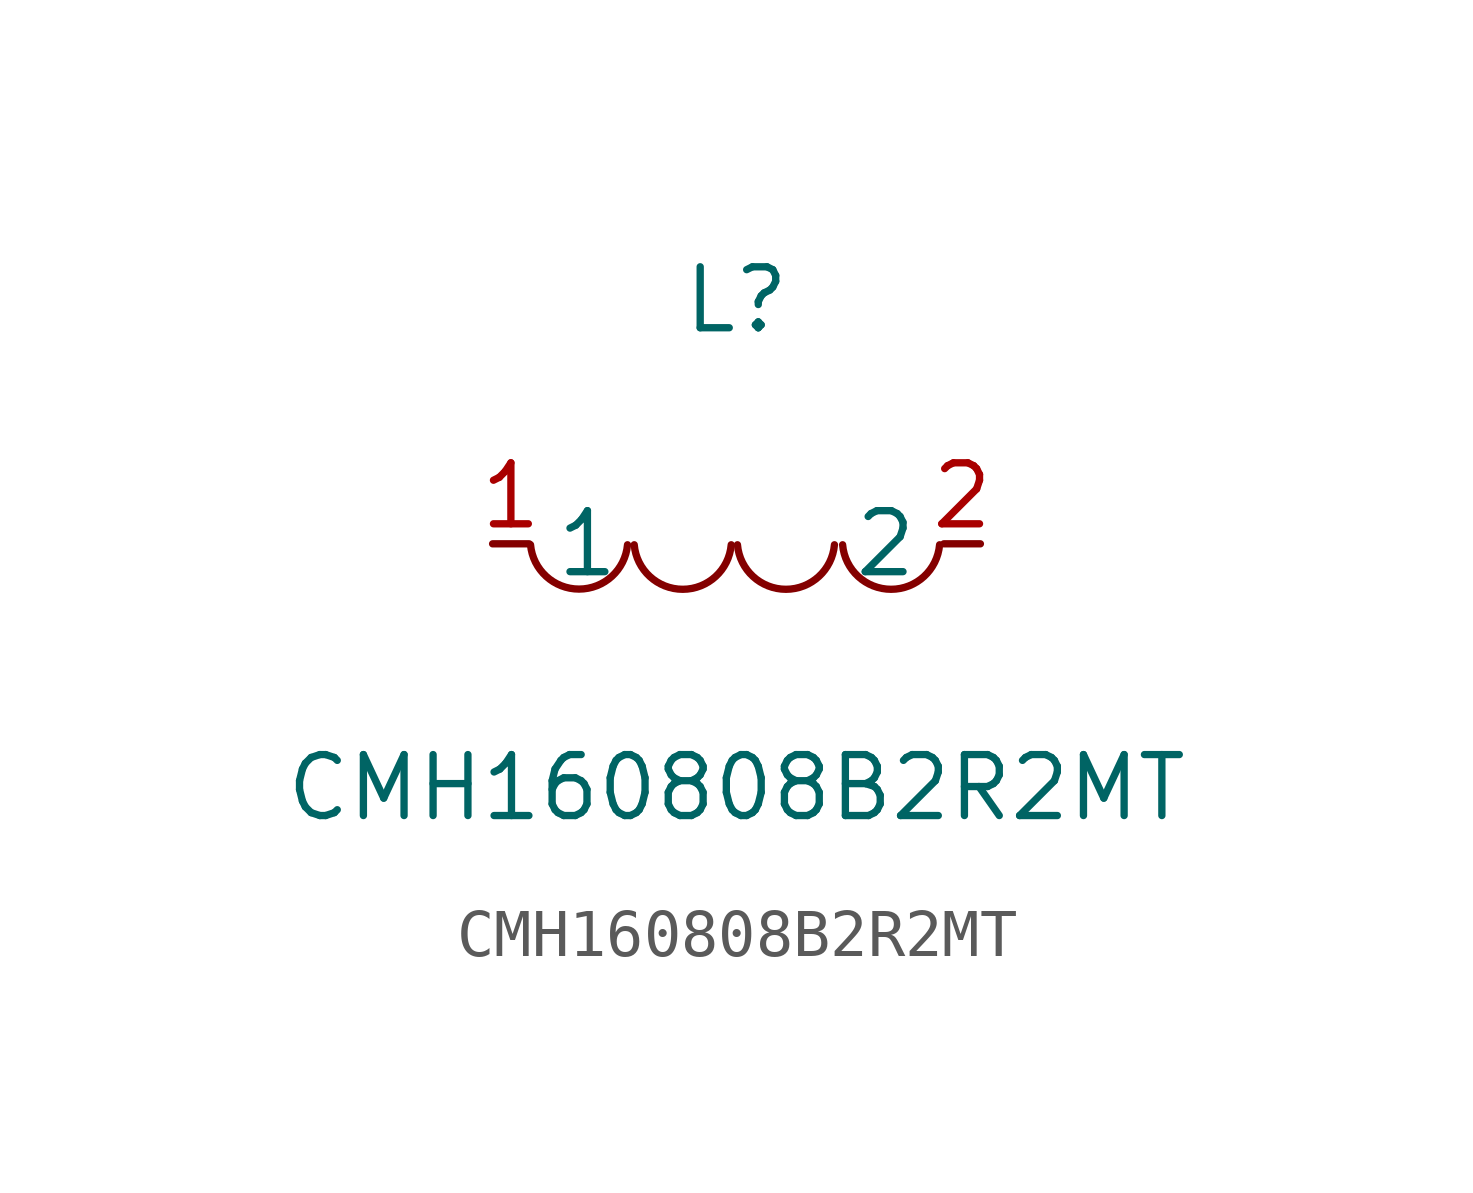
<source format=kicad_sym>
(kicad_symbol_lib
  (version 1)
  (generator "faebryk")
  (symbol "CMH160808B2R2MT"
    (property "Reference" "L"
      (at 0 5.08 0)
      (effects (font (size 1.27 1.27)) (hide no)))
    (property "Value" "CMH160808B2R2MT"
      (at 0 -5.08 0)
      (effects (font (size 1.27 1.27)) (hide no)))
    (symbol "CMH160808B2R2MT_0_1"
      (arc (start -4.29 -0.02) (mid -2.81 -1.01) (end -2.27 -0.02) (stroke (width 0) (type default) (color 0 0 0 0)) (fill (type none)))
      (arc (start -2.13 -0.02) (mid -0.66 -1.01) (end -0.11 -0.02) (stroke (width 0) (type default) (color 0 0 0 0)) (fill (type none)))
      (arc (start 0.02 -0.02) (mid 1.49 -1.01) (end 2.04 -0.02) (stroke (width 0) (type default) (color 0 0 0 0)) (fill (type none)))
      (arc (start 2.21 -0.02) (mid 3.68 -1.01) (end 4.23 -0.02) (stroke (width 0) (type default) (color 0 0 0 0)) (fill (type none)))
      (pin unspecified line (at 5.08 0 180) (length 0.762) (name "2" (effects (font (size 1.27 1.27)) (hide no))) (number "2" (effects (font (size 1.27 1.27)) (hide no))))
      (pin unspecified line (at -5.08 0 0) (length 0.762) (name "1" (effects (font (size 1.27 1.27)) (hide no))) (number "1" (effects (font (size 1.27 1.27)) (hide no)))))))
</source>
